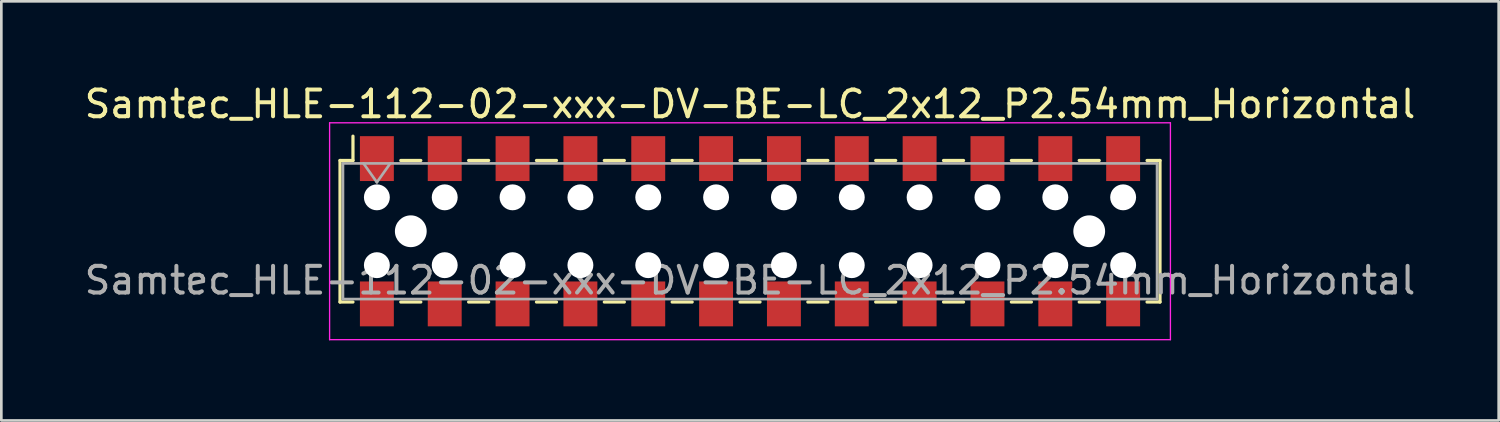
<source format=kicad_pcb>
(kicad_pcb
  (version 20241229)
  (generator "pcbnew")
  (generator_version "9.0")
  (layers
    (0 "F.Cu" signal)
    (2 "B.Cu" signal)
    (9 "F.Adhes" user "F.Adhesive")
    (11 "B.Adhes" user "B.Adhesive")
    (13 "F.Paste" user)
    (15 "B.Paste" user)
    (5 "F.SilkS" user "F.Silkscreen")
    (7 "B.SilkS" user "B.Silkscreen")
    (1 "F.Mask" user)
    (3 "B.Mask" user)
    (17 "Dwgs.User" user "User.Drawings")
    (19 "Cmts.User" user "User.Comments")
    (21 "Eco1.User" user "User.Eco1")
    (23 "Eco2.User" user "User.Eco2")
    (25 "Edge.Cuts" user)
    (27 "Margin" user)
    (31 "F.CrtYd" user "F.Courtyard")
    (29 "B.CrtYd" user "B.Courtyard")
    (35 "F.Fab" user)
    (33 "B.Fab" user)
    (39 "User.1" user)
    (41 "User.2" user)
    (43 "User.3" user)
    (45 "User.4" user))
  (footprint "Samtec_HLE-112-02-xxx-DV-BE-LC_2x12_P2.54mm_Horizontal"
    (layer "F.Cu")
    (at 25.03 5.608)
    (property "Reference" "Samtec_HLE-112-02-xxx-DV-BE-LC_2x12_P2.54mm_Horizontal" (at 0 -4.76 0) (layer "F.SilkS") (effects (font (size 1 1) (thickness 0.15))))
    (attr smd)
    (fp_line (start -15.35 -2.65) (end -15.35 2.65) (stroke (width 0.12) (type solid)) (layer "F.SilkS"))
    (fp_line (start -15.35 2.65) (end -14.865 2.65) (stroke (width 0.12) (type solid)) (layer "F.SilkS"))
    (fp_line (start -14.865 -3.56) (end -14.865 -2.65) (stroke (width 0.12) (type solid)) (layer "F.SilkS"))
    (fp_line (start -14.865 -2.65) (end -15.35 -2.65) (stroke (width 0.12) (type solid)) (layer "F.SilkS"))
    (fp_line (start -13.075 -2.65) (end -12.325 -2.65) (stroke (width 0.12) (type solid)) (layer "F.SilkS"))
    (fp_line (start -13.075 2.65) (end -12.325 2.65) (stroke (width 0.12) (type solid)) (layer "F.SilkS"))
    (fp_line (start -10.535 -2.65) (end -9.785 -2.65) (stroke (width 0.12) (type solid)) (layer "F.SilkS"))
    (fp_line (start -10.535 2.65) (end -9.785 2.65) (stroke (width 0.12) (type solid)) (layer "F.SilkS"))
    (fp_line (start -7.995 -2.65) (end -7.245 -2.65) (stroke (width 0.12) (type solid)) (layer "F.SilkS"))
    (fp_line (start -7.995 2.65) (end -7.245 2.65) (stroke (width 0.12) (type solid)) (layer "F.SilkS"))
    (fp_line (start -5.455 -2.65) (end -4.705 -2.65) (stroke (width 0.12) (type solid)) (layer "F.SilkS"))
    (fp_line (start -5.455 2.65) (end -4.705 2.65) (stroke (width 0.12) (type solid)) (layer "F.SilkS"))
    (fp_line (start -2.915 -2.65) (end -2.165 -2.65) (stroke (width 0.12) (type solid)) (layer "F.SilkS"))
    (fp_line (start -2.915 2.65) (end -2.165 2.65) (stroke (width 0.12) (type solid)) (layer "F.SilkS"))
    (fp_line (start -0.375 -2.65) (end 0.375 -2.65) (stroke (width 0.12) (type solid)) (layer "F.SilkS"))
    (fp_line (start -0.375 2.65) (end 0.375 2.65) (stroke (width 0.12) (type solid)) (layer "F.SilkS"))
    (fp_line (start 2.165 -2.65) (end 2.915 -2.65) (stroke (width 0.12) (type solid)) (layer "F.SilkS"))
    (fp_line (start 2.165 2.65) (end 2.915 2.65) (stroke (width 0.12) (type solid)) (layer "F.SilkS"))
    (fp_line (start 4.705 -2.65) (end 5.455 -2.65) (stroke (width 0.12) (type solid)) (layer "F.SilkS"))
    (fp_line (start 4.705 2.65) (end 5.455 2.65) (stroke (width 0.12) (type solid)) (layer "F.SilkS"))
    (fp_line (start 7.245 -2.65) (end 7.995 -2.65) (stroke (width 0.12) (type solid)) (layer "F.SilkS"))
    (fp_line (start 7.245 2.65) (end 7.995 2.65) (stroke (width 0.12) (type solid)) (layer "F.SilkS"))
    (fp_line (start 9.785 -2.65) (end 10.535 -2.65) (stroke (width 0.12) (type solid)) (layer "F.SilkS"))
    (fp_line (start 9.785 2.65) (end 10.535 2.65) (stroke (width 0.12) (type solid)) (layer "F.SilkS"))
    (fp_line (start 12.325 -2.65) (end 13.075 -2.65) (stroke (width 0.12) (type solid)) (layer "F.SilkS"))
    (fp_line (start 12.325 2.65) (end 13.075 2.65) (stroke (width 0.12) (type solid)) (layer "F.SilkS"))
    (fp_line (start 14.865 -2.65) (end 15.35 -2.65) (stroke (width 0.12) (type solid)) (layer "F.SilkS"))
    (fp_line (start 15.35 -2.65) (end 15.35 2.65) (stroke (width 0.12) (type solid)) (layer "F.SilkS"))
    (fp_line (start 15.35 2.65) (end 14.865 2.65) (stroke (width 0.12) (type solid)) (layer "F.SilkS"))
    (fp_line (start -15.74 -4.06) (end 15.74 -4.06) (stroke (width 0.05) (type solid)) (layer "F.CrtYd"))
    (fp_line (start -15.74 4.06) (end -15.74 -4.06) (stroke (width 0.05) (type solid)) (layer "F.CrtYd"))
    (fp_line (start 15.74 -4.06) (end 15.74 4.06) (stroke (width 0.05) (type solid)) (layer "F.CrtYd"))
    (fp_line (start 15.74 4.06) (end -15.74 4.06) (stroke (width 0.05) (type solid)) (layer "F.CrtYd"))
    (fp_line (start -15.24 -2.54) (end 15.24 -2.54) (stroke (width 0.1) (type solid)) (layer "F.Fab"))
    (fp_line (start -15.24 2.54) (end -15.24 -2.54) (stroke (width 0.1) (type solid)) (layer "F.Fab"))
    (fp_line (start -14.47 -2.54) (end -13.97 -1.833) (stroke (width 0.1) (type solid)) (layer "F.Fab"))
    (fp_line (start -13.97 -1.833) (end -13.47 -2.54) (stroke (width 0.1) (type solid)) (layer "F.Fab"))
    (fp_line (start 15.24 -2.54) (end 15.24 2.54) (stroke (width 0.1) (type solid)) (layer "F.Fab"))
    (fp_line (start 15.24 2.54) (end -15.24 2.54) (stroke (width 0.1) (type solid)) (layer "F.Fab"))
    (fp_text user "${REFERENCE}" (at 0 1.84 0) (layer "F.Fab") (effects (font (size 1 1) (thickness 0.15))))
    (pad "" np_thru_hole circle (at -13.97 -1.27) (size 0.97 0.97) (drill 0.97) (layers "*.Cu" "*.Mask"))
    (pad "" np_thru_hole circle (at -13.97 1.27) (size 0.97 0.97) (drill 0.97) (layers "*.Cu" "*.Mask"))
    (pad "" np_thru_hole circle (at -12.7 0) (size 1.19 1.19) (drill 1.19) (layers "*.Cu" "*.Mask"))
    (pad "" np_thru_hole circle (at -11.43 -1.27) (size 0.97 0.97) (drill 0.97) (layers "*.Cu" "*.Mask"))
    (pad "" np_thru_hole circle (at -11.43 1.27) (size 0.97 0.97) (drill 0.97) (layers "*.Cu" "*.Mask"))
    (pad "" np_thru_hole circle (at -8.89 -1.27) (size 0.97 0.97) (drill 0.97) (layers "*.Cu" "*.Mask"))
    (pad "" np_thru_hole circle (at -8.89 1.27) (size 0.97 0.97) (drill 0.97) (layers "*.Cu" "*.Mask"))
    (pad "" np_thru_hole circle (at -6.35 -1.27) (size 0.97 0.97) (drill 0.97) (layers "*.Cu" "*.Mask"))
    (pad "" np_thru_hole circle (at -6.35 1.27) (size 0.97 0.97) (drill 0.97) (layers "*.Cu" "*.Mask"))
    (pad "" np_thru_hole circle (at -3.81 -1.27) (size 0.97 0.97) (drill 0.97) (layers "*.Cu" "*.Mask"))
    (pad "" np_thru_hole circle (at -3.81 1.27) (size 0.97 0.97) (drill 0.97) (layers "*.Cu" "*.Mask"))
    (pad "" np_thru_hole circle (at -1.27 -1.27) (size 0.97 0.97) (drill 0.97) (layers "*.Cu" "*.Mask"))
    (pad "" np_thru_hole circle (at -1.27 1.27) (size 0.97 0.97) (drill 0.97) (layers "*.Cu" "*.Mask"))
    (pad "" np_thru_hole circle (at 1.27 -1.27) (size 0.97 0.97) (drill 0.97) (layers "*.Cu" "*.Mask"))
    (pad "" np_thru_hole circle (at 1.27 1.27) (size 0.97 0.97) (drill 0.97) (layers "*.Cu" "*.Mask"))
    (pad "" np_thru_hole circle (at 3.81 -1.27) (size 0.97 0.97) (drill 0.97) (layers "*.Cu" "*.Mask"))
    (pad "" np_thru_hole circle (at 3.81 1.27) (size 0.97 0.97) (drill 0.97) (layers "*.Cu" "*.Mask"))
    (pad "" np_thru_hole circle (at 6.35 -1.27) (size 0.97 0.97) (drill 0.97) (layers "*.Cu" "*.Mask"))
    (pad "" np_thru_hole circle (at 6.35 1.27) (size 0.97 0.97) (drill 0.97) (layers "*.Cu" "*.Mask"))
    (pad "" np_thru_hole circle (at 8.89 -1.27) (size 0.97 0.97) (drill 0.97) (layers "*.Cu" "*.Mask"))
    (pad "" np_thru_hole circle (at 8.89 1.27) (size 0.97 0.97) (drill 0.97) (layers "*.Cu" "*.Mask"))
    (pad "" np_thru_hole circle (at 11.43 -1.27) (size 0.97 0.97) (drill 0.97) (layers "*.Cu" "*.Mask"))
    (pad "" np_thru_hole circle (at 11.43 1.27) (size 0.97 0.97) (drill 0.97) (layers "*.Cu" "*.Mask"))
    (pad "" np_thru_hole circle (at 12.7 0) (size 1.19 1.19) (drill 1.19) (layers "*.Cu" "*.Mask"))
    (pad "" np_thru_hole circle (at 13.97 -1.27) (size 0.97 0.97) (drill 0.97) (layers "*.Cu" "*.Mask"))
    (pad "" np_thru_hole circle (at 13.97 1.27) (size 0.97 0.97) (drill 0.97) (layers "*.Cu" "*.Mask"))
    (pad "1" smd rect (at -13.97 -2.72) (size 1.27 1.68) (layers "F.Cu" "F.Mask" "F.Paste"))
    (pad "2" smd rect (at -13.97 2.72) (size 1.27 1.68) (layers "F.Cu" "F.Mask" "F.Paste"))
    (pad "3" smd rect (at -11.43 -2.72) (size 1.27 1.68) (layers "F.Cu" "F.Mask" "F.Paste"))
    (pad "4" smd rect (at -11.43 2.72) (size 1.27 1.68) (layers "F.Cu" "F.Mask" "F.Paste"))
    (pad "5" smd rect (at -8.89 -2.72) (size 1.27 1.68) (layers "F.Cu" "F.Mask" "F.Paste"))
    (pad "6" smd rect (at -8.89 2.72) (size 1.27 1.68) (layers "F.Cu" "F.Mask" "F.Paste"))
    (pad "7" smd rect (at -6.35 -2.72) (size 1.27 1.68) (layers "F.Cu" "F.Mask" "F.Paste"))
    (pad "8" smd rect (at -6.35 2.72) (size 1.27 1.68) (layers "F.Cu" "F.Mask" "F.Paste"))
    (pad "9" smd rect (at -3.81 -2.72) (size 1.27 1.68) (layers "F.Cu" "F.Mask" "F.Paste"))
    (pad "10" smd rect (at -3.81 2.72) (size 1.27 1.68) (layers "F.Cu" "F.Mask" "F.Paste"))
    (pad "11" smd rect (at -1.27 -2.72) (size 1.27 1.68) (layers "F.Cu" "F.Mask" "F.Paste"))
    (pad "12" smd rect (at -1.27 2.72) (size 1.27 1.68) (layers "F.Cu" "F.Mask" "F.Paste"))
    (pad "13" smd rect (at 1.27 -2.72) (size 1.27 1.68) (layers "F.Cu" "F.Mask" "F.Paste"))
    (pad "14" smd rect (at 1.27 2.72) (size 1.27 1.68) (layers "F.Cu" "F.Mask" "F.Paste"))
    (pad "15" smd rect (at 3.81 -2.72) (size 1.27 1.68) (layers "F.Cu" "F.Mask" "F.Paste"))
    (pad "16" smd rect (at 3.81 2.72) (size 1.27 1.68) (layers "F.Cu" "F.Mask" "F.Paste"))
    (pad "17" smd rect (at 6.35 -2.72) (size 1.27 1.68) (layers "F.Cu" "F.Mask" "F.Paste"))
    (pad "18" smd rect (at 6.35 2.72) (size 1.27 1.68) (layers "F.Cu" "F.Mask" "F.Paste"))
    (pad "19" smd rect (at 8.89 -2.72) (size 1.27 1.68) (layers "F.Cu" "F.Mask" "F.Paste"))
    (pad "20" smd rect (at 8.89 2.72) (size 1.27 1.68) (layers "F.Cu" "F.Mask" "F.Paste"))
    (pad "21" smd rect (at 11.43 -2.72) (size 1.27 1.68) (layers "F.Cu" "F.Mask" "F.Paste"))
    (pad "22" smd rect (at 11.43 2.72) (size 1.27 1.68) (layers "F.Cu" "F.Mask" "F.Paste"))
    (pad "23" smd rect (at 13.97 -2.72) (size 1.27 1.68) (layers "F.Cu" "F.Mask" "F.Paste"))
    (pad "24" smd rect (at 13.97 2.72) (size 1.27 1.68) (layers "F.Cu" "F.Mask" "F.Paste")))
  (gr_rect
    (start -3 -3)
    (end 53.06 12.693)
    (stroke (width 0.1) (type default))
    (fill no)
    (layer "Edge.Cuts")))
</source>
